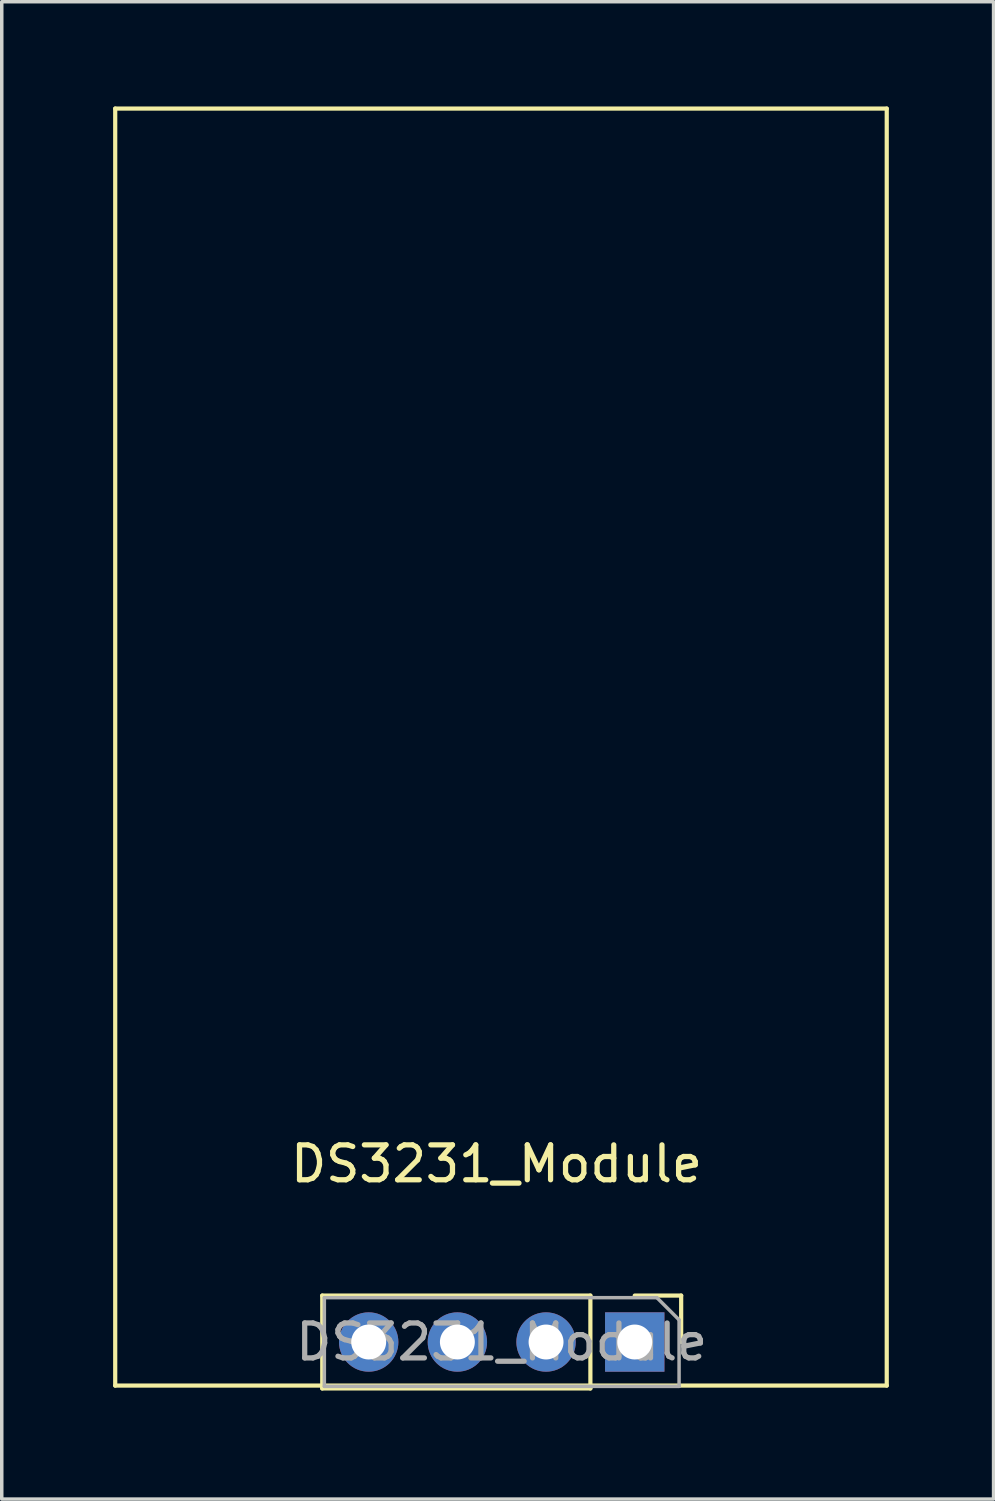
<source format=kicad_pcb>
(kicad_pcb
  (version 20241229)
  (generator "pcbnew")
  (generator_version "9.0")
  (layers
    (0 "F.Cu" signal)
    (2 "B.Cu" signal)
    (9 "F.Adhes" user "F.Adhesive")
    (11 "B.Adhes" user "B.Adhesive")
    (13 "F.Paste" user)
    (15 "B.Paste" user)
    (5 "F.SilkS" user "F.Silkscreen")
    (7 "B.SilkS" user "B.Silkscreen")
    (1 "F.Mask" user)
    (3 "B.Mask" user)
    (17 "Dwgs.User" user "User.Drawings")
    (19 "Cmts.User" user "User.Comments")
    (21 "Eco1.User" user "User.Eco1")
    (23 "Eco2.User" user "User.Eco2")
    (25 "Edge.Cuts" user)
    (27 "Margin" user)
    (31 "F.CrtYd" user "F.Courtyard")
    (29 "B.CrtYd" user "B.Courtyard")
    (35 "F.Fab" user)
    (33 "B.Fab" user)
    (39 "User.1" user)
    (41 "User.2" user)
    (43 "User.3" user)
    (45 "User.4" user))
  (footprint "DS3231_Module"
    (layer "F.Cu")
    (at 0.25 36.636)
    (property "Reference" "DS3231_Module" (at 10.922 -6.35 0) (layer "F.SilkS") (effects (font (size 1 1) (thickness 0.15))))
    (attr through_hole)
    (fp_line (start 0 -36.576) (end 0 0) (stroke (width 0.12) (type solid)) (layer "F.SilkS"))
    (fp_line (start 0 0) (end 22.098 0) (stroke (width 0.12) (type solid)) (layer "F.SilkS"))
    (fp_line (start 5.93 -2.578) (end 5.93 0.082) (stroke (width 0.12) (type solid)) (layer "F.SilkS"))
    (fp_line (start 13.61 -2.578) (end 5.93 -2.578) (stroke (width 0.12) (type solid)) (layer "F.SilkS"))
    (fp_line (start 13.61 -2.578) (end 13.61 0.082) (stroke (width 0.12) (type solid)) (layer "F.SilkS"))
    (fp_line (start 13.61 0.082) (end 5.93 0.082) (stroke (width 0.12) (type solid)) (layer "F.SilkS"))
    (fp_line (start 14.88 -2.578) (end 16.21 -2.578) (stroke (width 0.12) (type solid)) (layer "F.SilkS"))
    (fp_line (start 16.21 -2.578) (end 16.21 -1.248) (stroke (width 0.12) (type solid)) (layer "F.SilkS"))
    (fp_line (start 22.098 -36.576) (end 0 -36.576) (stroke (width 0.12) (type solid)) (layer "F.SilkS"))
    (fp_line (start 22.098 0) (end 22.098 -36.576) (stroke (width 0.12) (type solid)) (layer "F.SilkS"))
    (fp_line (start 5.99 -2.518) (end 15.515 -2.518) (stroke (width 0.1) (type solid)) (layer "F.Fab"))
    (fp_line (start 5.99 0.022) (end 5.99 -2.518) (stroke (width 0.1) (type solid)) (layer "F.Fab"))
    (fp_line (start 15.515 -2.518) (end 16.15 -1.883) (stroke (width 0.1) (type solid)) (layer "F.Fab"))
    (fp_line (start 16.15 -1.883) (end 16.15 0.022) (stroke (width 0.1) (type solid)) (layer "F.Fab"))
    (fp_line (start 16.15 0.022) (end 5.99 0.022) (stroke (width 0.1) (type solid)) (layer "F.Fab"))
    (fp_text user "${REFERENCE}" (at 11.07 -1.248 0) (layer "F.Fab") (effects (font (size 1 1) (thickness 0.15))))
    (pad "1" thru_hole rect (at 14.88 -1.248 270) (size 1.7 1.7) (drill 1) (layers "*.Cu" "*.Mask"))
    (pad "2" thru_hole oval (at 12.34 -1.248 270) (size 1.7 1.7) (drill 1) (layers "*.Cu" "*.Mask"))
    (pad "3" thru_hole oval (at 9.8 -1.248 270) (size 1.7 1.7) (drill 1) (layers "*.Cu" "*.Mask"))
    (pad "4" thru_hole oval (at 7.26 -1.248 270) (size 1.7 1.7) (drill 1) (layers "*.Cu" "*.Mask")))
  (gr_rect
    (start -3 -3)
    (end 25.408 39.886)
    (stroke (width 0.1) (type default))
    (fill no)
    (layer "Edge.Cuts")))
</source>
